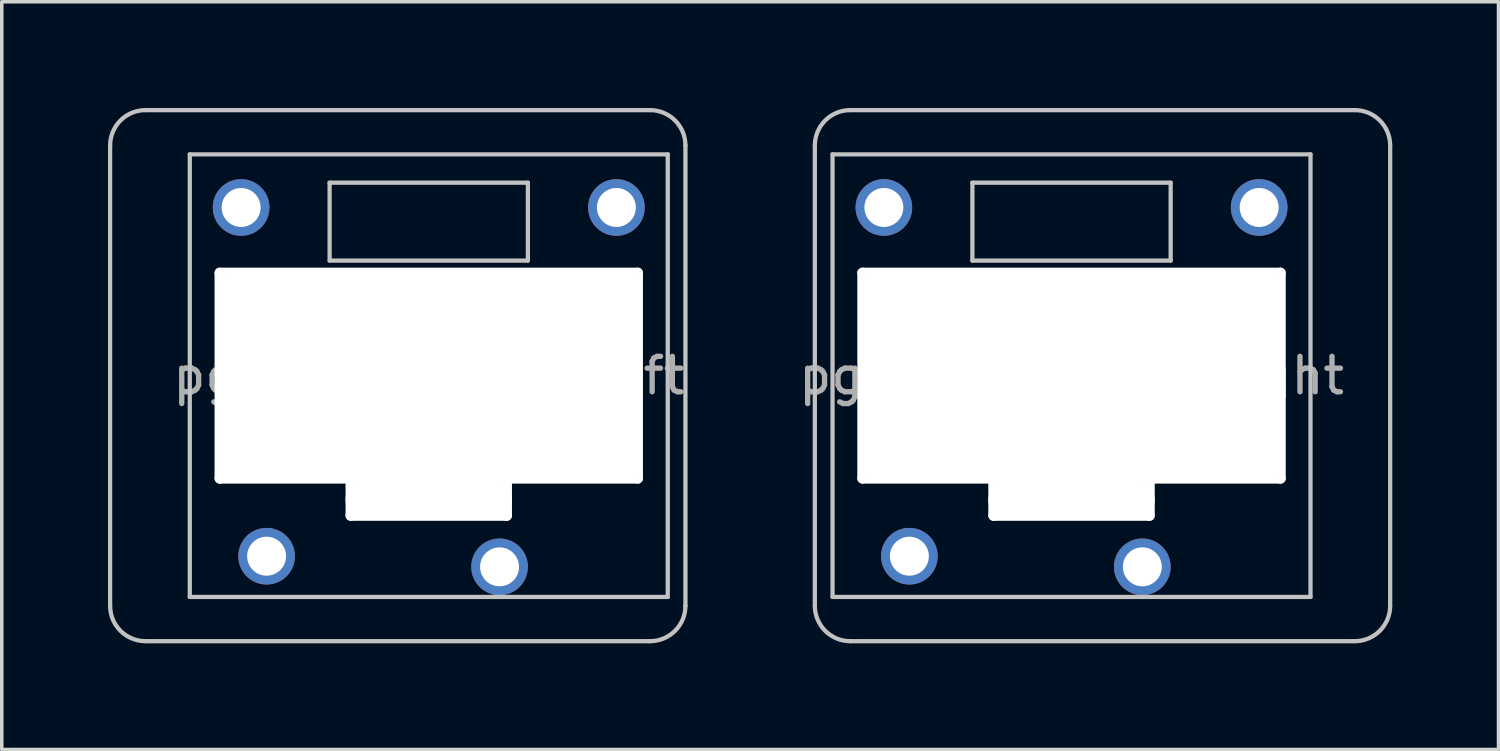
<source format=kicad_pcb>
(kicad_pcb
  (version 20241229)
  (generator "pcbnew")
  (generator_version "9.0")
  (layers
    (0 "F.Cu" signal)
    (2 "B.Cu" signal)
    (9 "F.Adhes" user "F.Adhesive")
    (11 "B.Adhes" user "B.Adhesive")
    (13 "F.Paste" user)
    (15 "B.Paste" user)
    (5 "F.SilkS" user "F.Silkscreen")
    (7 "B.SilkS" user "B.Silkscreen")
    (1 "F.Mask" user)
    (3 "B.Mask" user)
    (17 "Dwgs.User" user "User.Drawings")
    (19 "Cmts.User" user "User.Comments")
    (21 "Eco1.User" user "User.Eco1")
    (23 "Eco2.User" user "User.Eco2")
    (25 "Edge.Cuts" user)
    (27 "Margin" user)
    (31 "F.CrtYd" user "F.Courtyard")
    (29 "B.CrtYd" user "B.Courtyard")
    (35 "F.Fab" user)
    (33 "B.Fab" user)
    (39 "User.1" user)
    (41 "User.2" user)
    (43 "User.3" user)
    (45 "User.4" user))
  (footprint "pg1232-short-left"
    (layer "F.Cu")
    (at 9.06 7.56)
    (property "Reference" "pg1232-short-left" (at 0 0 0) (layer "F.Fab") (effects (font (size 1 1) (thickness 0.15))))
    (attr through_hole)
    (fp_line (start -9 -6.5) (end -9 6.5) (stroke (width 0.12) (type solid)) (layer "Dwgs.User"))
    (fp_line (start -8 7.5) (end 6.25 7.5) (stroke (width 0.12) (type solid)) (layer "Dwgs.User"))
    (fp_line (start -6.75 -6.25) (end 6.75 -6.25) (stroke (width 0.12) (type solid)) (layer "Dwgs.User"))
    (fp_line (start -6.75 6.25) (end -6.75 -6.25) (stroke (width 0.12) (type solid)) (layer "Dwgs.User"))
    (fp_line (start -5.95 -2.95) (end 5.95 -2.95) (stroke (width 0.12) (type solid)) (layer "Dwgs.User"))
    (fp_line (start -5.95 2.95) (end -5.95 -2.95) (stroke (width 0.12) (type solid)) (layer "Dwgs.User"))
    (fp_line (start -2.8 -5.45) (end 2.8 -5.45) (stroke (width 0.12) (type solid)) (layer "Dwgs.User"))
    (fp_line (start -2.8 -3.25) (end -2.8 -5.45) (stroke (width 0.12) (type solid)) (layer "Dwgs.User"))
    (fp_line (start -2.25 2.95) (end -5.95 2.95) (stroke (width 0.12) (type solid)) (layer "Dwgs.User"))
    (fp_line (start -2.25 2.95) (end -2.25 4) (stroke (width 0.12) (type solid)) (layer "Dwgs.User"))
    (fp_line (start -2.25 4) (end 2.25 4) (stroke (width 0.12) (type solid)) (layer "Dwgs.User"))
    (fp_line (start 2.25 2.95) (end 5.95 2.95) (stroke (width 0.12) (type solid)) (layer "Dwgs.User"))
    (fp_line (start 2.25 4) (end 2.25 2.95) (stroke (width 0.12) (type solid)) (layer "Dwgs.User"))
    (fp_line (start 2.8 -5.45) (end 2.8 -3.25) (stroke (width 0.12) (type solid)) (layer "Dwgs.User"))
    (fp_line (start 2.8 -3.25) (end -2.8 -3.25) (stroke (width 0.12) (type solid)) (layer "Dwgs.User"))
    (fp_line (start 5.95 -2.95) (end 5.95 2.95) (stroke (width 0.12) (type solid)) (layer "Dwgs.User"))
    (fp_line (start 6.25 -7.5) (end -8 -7.5) (stroke (width 0.12) (type solid)) (layer "Dwgs.User"))
    (fp_line (start 6.75 -6.25) (end 6.75 6.25) (stroke (width 0.12) (type solid)) (layer "Dwgs.User"))
    (fp_line (start 6.75 6.25) (end -6.75 6.25) (stroke (width 0.12) (type solid)) (layer "Dwgs.User"))
    (fp_line (start 7.25 6.5) (end 7.25 -6.5) (stroke (width 0.12) (type solid)) (layer "Dwgs.User"))
    (fp_arc (start -9 -6.5) (mid -8.707107 -7.207107) (end -8 -7.5) (stroke (width 0.12) (type solid)) (layer "Dwgs.User"))
    (fp_arc (start -8 7.5) (mid -8.707107 7.207107) (end -9 6.5) (stroke (width 0.12) (type solid)) (layer "Dwgs.User"))
    (fp_arc (start 6.25 -7.5) (mid 6.957107 -7.207107) (end 7.25 -6.5) (stroke (width 0.12) (type solid)) (layer "Dwgs.User"))
    (fp_arc (start 7.25 6.5) (mid 6.957107 7.207107) (end 6.25 7.5) (stroke (width 0.12) (type solid)) (layer "Dwgs.User"))
    (pad "" np_thru_hole oval (at -5.9 0 90) (size 6.1 0.3) (drill oval 6.1 0.3) (layers "*.Cu" "*.Mask"))
    (pad "" np_thru_hole oval (at -5.36 0) (size 1 5.9) (drill oval 1 5.9) (layers "*.Cu" "*.Mask"))
    (pad "" np_thru_hole oval (at -4.59 0) (size 1 5.9) (drill oval 1 5.9) (layers "*.Cu" "*.Mask"))
    (pad "" np_thru_hole oval (at -4.2 0) (size 1 5.9) (drill oval 1 5.9) (layers "*.Cu" "*.Mask"))
    (pad "" np_thru_hole oval (at -2.2 3.5 90) (size 1.2 0.3) (drill oval 1.2 0.3) (layers "*.Cu" "*.Mask"))
    (pad "" np_thru_hole oval (at 0 -2.9) (size 12.1 0.3) (drill oval 12.1 0.3) (layers "*.Cu" "*.Mask"))
    (pad "" np_thru_hole oval (at 0 0) (size 11.85 5.9) (drill oval 11.85 5.9) (layers "*.Cu" "*.Mask"))
    (pad "" np_thru_hole oval (at 0 2.9) (size 12.1 0.3) (drill oval 12.1 0.3) (layers "*.Cu" "*.Mask"))
    (pad "" np_thru_hole oval (at 0 3.5) (size 4.7 1) (drill oval 4.7 1) (layers "*.Cu" "*.Mask"))
    (pad "" np_thru_hole oval (at 0 3.95) (size 4.7 0.3) (drill oval 4.7 0.3) (layers "*.Cu" "*.Mask"))
    (pad "" np_thru_hole oval (at 2.2 3.5 90) (size 1.2 0.3) (drill oval 1.2 0.3) (layers "*.Cu" "*.Mask"))
    (pad "" np_thru_hole oval (at 4.2 0) (size 1 5.9) (drill oval 1 5.9) (layers "*.Cu" "*.Mask"))
    (pad "" np_thru_hole oval (at 4.59 0) (size 1 5.9) (drill oval 1 5.9) (layers "*.Cu" "*.Mask"))
    (pad "" np_thru_hole oval (at 5.36 0) (size 1 5.9) (drill oval 1 5.9) (layers "*.Cu" "*.Mask"))
    (pad "" np_thru_hole oval (at 5.9 0 90) (size 6.1 0.3) (drill oval 6.1 0.3) (layers "*.Cu" "*.Mask"))
    (pad "1" thru_hole circle (at -4.58 5.1) (size 1.6 1.6) (drill 1.1) (layers "*.Cu" "B.Mask"))
    (pad "2" thru_hole circle (at 2 5.4) (size 1.6 1.6) (drill 1.1) (layers "*.Cu" "B.Mask"))
    (pad "3" thru_hole circle (at 5.3 -4.75) (size 1.6 1.6) (drill 1.1) (layers "*.Cu" "*.Mask"))
    (pad "4" thru_hole circle (at -5.3 -4.75) (size 1.6 1.6) (drill 1.1) (layers "*.Cu" "*.Mask")))
  (footprint "pg1232-short-right"
    (layer "F.Cu")
    (at 27.215 7.56)
    (property "Reference" "pg1232-short-right" (at 0 0 0) (layer "F.Fab") (effects (font (size 1 1) (thickness 0.15))))
    (attr through_hole)
    (fp_line (start -7.25 -6.5) (end -7.25 6.5) (stroke (width 0.12) (type solid)) (layer "Dwgs.User"))
    (fp_line (start -6.75 -6.25) (end 6.75 -6.25) (stroke (width 0.12) (type solid)) (layer "Dwgs.User"))
    (fp_line (start -6.75 6.25) (end -6.75 -6.25) (stroke (width 0.12) (type solid)) (layer "Dwgs.User"))
    (fp_line (start -6.25 7.5) (end 8 7.5) (stroke (width 0.12) (type solid)) (layer "Dwgs.User"))
    (fp_line (start -5.95 -2.95) (end 5.95 -2.95) (stroke (width 0.12) (type solid)) (layer "Dwgs.User"))
    (fp_line (start -5.95 2.95) (end -5.95 -2.95) (stroke (width 0.12) (type solid)) (layer "Dwgs.User"))
    (fp_line (start -2.8 -5.45) (end 2.8 -5.45) (stroke (width 0.12) (type solid)) (layer "Dwgs.User"))
    (fp_line (start -2.8 -3.25) (end -2.8 -5.45) (stroke (width 0.12) (type solid)) (layer "Dwgs.User"))
    (fp_line (start -2.25 2.95) (end -5.95 2.95) (stroke (width 0.12) (type solid)) (layer "Dwgs.User"))
    (fp_line (start -2.25 2.95) (end -2.25 4) (stroke (width 0.12) (type solid)) (layer "Dwgs.User"))
    (fp_line (start -2.25 4) (end 2.25 4) (stroke (width 0.12) (type solid)) (layer "Dwgs.User"))
    (fp_line (start 2.25 2.95) (end 5.95 2.95) (stroke (width 0.12) (type solid)) (layer "Dwgs.User"))
    (fp_line (start 2.25 4) (end 2.25 2.95) (stroke (width 0.12) (type solid)) (layer "Dwgs.User"))
    (fp_line (start 2.8 -5.45) (end 2.8 -3.25) (stroke (width 0.12) (type solid)) (layer "Dwgs.User"))
    (fp_line (start 2.8 -3.25) (end -2.8 -3.25) (stroke (width 0.12) (type solid)) (layer "Dwgs.User"))
    (fp_line (start 5.95 -2.95) (end 5.95 2.95) (stroke (width 0.12) (type solid)) (layer "Dwgs.User"))
    (fp_line (start 6.75 -6.25) (end 6.75 6.25) (stroke (width 0.12) (type solid)) (layer "Dwgs.User"))
    (fp_line (start 6.75 6.25) (end -6.75 6.25) (stroke (width 0.12) (type solid)) (layer "Dwgs.User"))
    (fp_line (start 8 -7.5) (end -6.25 -7.5) (stroke (width 0.12) (type solid)) (layer "Dwgs.User"))
    (fp_line (start 9 6.5) (end 9 -6.5) (stroke (width 0.12) (type solid)) (layer "Dwgs.User"))
    (fp_arc (start -7.25 -6.5) (mid -6.957107 -7.207107) (end -6.25 -7.5) (stroke (width 0.12) (type solid)) (layer "Dwgs.User"))
    (fp_arc (start -6.25 7.5) (mid -6.957107 7.207107) (end -7.25 6.5) (stroke (width 0.12) (type solid)) (layer "Dwgs.User"))
    (fp_arc (start 8 -7.5) (mid 8.707107 -7.207107) (end 9 -6.5) (stroke (width 0.12) (type solid)) (layer "Dwgs.User"))
    (fp_arc (start 9 6.5) (mid 8.707107 7.207107) (end 8 7.5) (stroke (width 0.12) (type solid)) (layer "Dwgs.User"))
    (pad "" np_thru_hole oval (at -5.9 0 90) (size 6.1 0.3) (drill oval 6.1 0.3) (layers "*.Cu" "*.Mask"))
    (pad "" np_thru_hole oval (at -5.36 0) (size 1 5.9) (drill oval 1 5.9) (layers "*.Cu" "*.Mask"))
    (pad "" np_thru_hole oval (at -4.59 0) (size 1 5.9) (drill oval 1 5.9) (layers "*.Cu" "*.Mask"))
    (pad "" np_thru_hole oval (at -4.2 0) (size 1 5.9) (drill oval 1 5.9) (layers "*.Cu" "*.Mask"))
    (pad "" np_thru_hole oval (at -2.2 3.5 90) (size 1.2 0.3) (drill oval 1.2 0.3) (layers "*.Cu" "*.Mask"))
    (pad "" np_thru_hole oval (at 0 -2.9) (size 12.1 0.3) (drill oval 12.1 0.3) (layers "*.Cu" "*.Mask"))
    (pad "" np_thru_hole oval (at 0 0) (size 11.85 5.9) (drill oval 11.85 5.9) (layers "*.Cu" "*.Mask"))
    (pad "" np_thru_hole oval (at 0 2.9) (size 12.1 0.3) (drill oval 12.1 0.3) (layers "*.Cu" "*.Mask"))
    (pad "" np_thru_hole oval (at 0 3.5) (size 4.7 1) (drill oval 4.7 1) (layers "*.Cu" "*.Mask"))
    (pad "" np_thru_hole oval (at 0 3.95) (size 4.7 0.3) (drill oval 4.7 0.3) (layers "*.Cu" "*.Mask"))
    (pad "" np_thru_hole oval (at 2.2 3.5 90) (size 1.2 0.3) (drill oval 1.2 0.3) (layers "*.Cu" "*.Mask"))
    (pad "" np_thru_hole oval (at 4.2 0) (size 1 5.9) (drill oval 1 5.9) (layers "*.Cu" "*.Mask"))
    (pad "" np_thru_hole oval (at 4.59 0) (size 1 5.9) (drill oval 1 5.9) (layers "*.Cu" "*.Mask"))
    (pad "" np_thru_hole oval (at 5.36 0) (size 1 5.9) (drill oval 1 5.9) (layers "*.Cu" "*.Mask"))
    (pad "" np_thru_hole oval (at 5.9 0 90) (size 6.1 0.3) (drill oval 6.1 0.3) (layers "*.Cu" "*.Mask"))
    (pad "1" thru_hole circle (at -4.58 5.1) (size 1.6 1.6) (drill 1.1) (layers "*.Cu" "B.Mask"))
    (pad "2" thru_hole circle (at 2 5.4) (size 1.6 1.6) (drill 1.1) (layers "*.Cu" "B.Mask"))
    (pad "3" thru_hole circle (at 5.3 -4.75) (size 1.6 1.6) (drill 1.1) (layers "*.Cu" "*.Mask"))
    (pad "4" thru_hole circle (at -5.3 -4.75) (size 1.6 1.6) (drill 1.1) (layers "*.Cu" "*.Mask")))
  (gr_rect
    (start -3 -3)
    (end 39.275 18.12)
    (stroke (width 0.1) (type default))
    (fill no)
    (layer "Edge.Cuts")))
</source>
